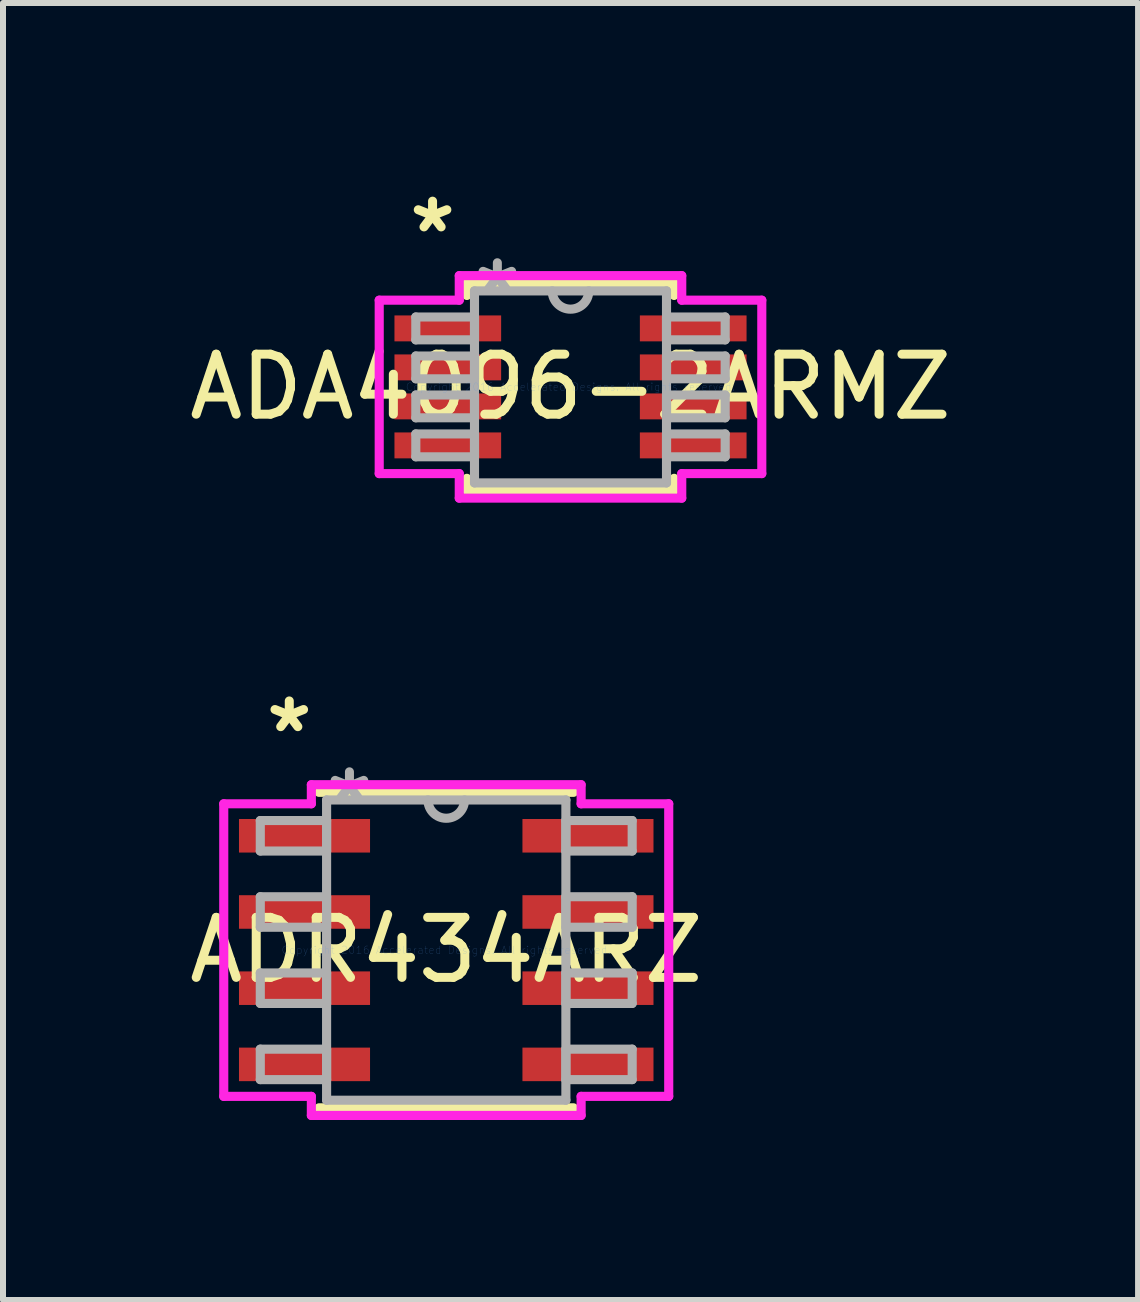
<source format=kicad_pcb>
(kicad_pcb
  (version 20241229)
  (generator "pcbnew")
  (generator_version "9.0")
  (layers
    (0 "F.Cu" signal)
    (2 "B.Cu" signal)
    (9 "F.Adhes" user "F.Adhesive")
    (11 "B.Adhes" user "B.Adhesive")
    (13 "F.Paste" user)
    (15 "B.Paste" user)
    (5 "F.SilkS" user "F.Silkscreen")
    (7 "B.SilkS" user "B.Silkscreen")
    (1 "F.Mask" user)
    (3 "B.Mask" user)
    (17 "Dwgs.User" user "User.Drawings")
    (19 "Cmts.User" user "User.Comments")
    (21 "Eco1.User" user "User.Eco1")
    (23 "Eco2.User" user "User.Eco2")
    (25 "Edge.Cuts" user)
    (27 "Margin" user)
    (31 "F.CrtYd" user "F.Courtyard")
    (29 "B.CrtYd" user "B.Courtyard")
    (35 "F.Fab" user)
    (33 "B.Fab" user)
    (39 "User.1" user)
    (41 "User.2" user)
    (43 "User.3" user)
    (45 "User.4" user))
  (footprint "ADA4096-2ARMZ"
    (layer "F.Cu")
    (at 6.458 3.398)
    (property "Reference" "ADA4096-2ARMZ" (at 0 0 0) (layer "F.SilkS") (effects (font (size 1 1) (thickness 0.15))))
    (attr through_hole)
    (fp_line (start -1.727 -1.727) (end -1.727 -1.524) (stroke (width 0.152) (type solid)) (layer "F.SilkS"))
    (fp_line (start -1.727 1.524) (end -1.727 1.727) (stroke (width 0.152) (type solid)) (layer "F.SilkS"))
    (fp_line (start -1.727 1.727) (end 1.727 1.727) (stroke (width 0.152) (type solid)) (layer "F.SilkS"))
    (fp_line (start 1.727 -1.727) (end -1.727 -1.727) (stroke (width 0.152) (type solid)) (layer "F.SilkS"))
    (fp_line (start 1.727 -1.524) (end 1.727 -1.727) (stroke (width 0.152) (type solid)) (layer "F.SilkS"))
    (fp_line (start 1.727 1.727) (end 1.727 1.524) (stroke (width 0.152) (type solid)) (layer "F.SilkS"))
    (fp_line (start -3.188 -1.445) (end -1.854 -1.445) (stroke (width 0.152) (type solid)) (layer "F.CrtYd"))
    (fp_line (start -3.188 1.445) (end -3.188 -1.445) (stroke (width 0.152) (type solid)) (layer "F.CrtYd"))
    (fp_line (start -1.854 -1.854) (end 1.854 -1.854) (stroke (width 0.152) (type solid)) (layer "F.CrtYd"))
    (fp_line (start -1.854 -1.445) (end -1.854 -1.854) (stroke (width 0.152) (type solid)) (layer "F.CrtYd"))
    (fp_line (start -1.854 1.445) (end -3.188 1.445) (stroke (width 0.152) (type solid)) (layer "F.CrtYd"))
    (fp_line (start -1.854 1.854) (end -1.854 1.445) (stroke (width 0.152) (type solid)) (layer "F.CrtYd"))
    (fp_line (start 1.854 -1.854) (end 1.854 -1.445) (stroke (width 0.152) (type solid)) (layer "F.CrtYd"))
    (fp_line (start 1.854 -1.445) (end 3.188 -1.445) (stroke (width 0.152) (type solid)) (layer "F.CrtYd"))
    (fp_line (start 1.854 1.445) (end 1.854 1.854) (stroke (width 0.152) (type solid)) (layer "F.CrtYd"))
    (fp_line (start 1.854 1.854) (end -1.854 1.854) (stroke (width 0.152) (type solid)) (layer "F.CrtYd"))
    (fp_line (start 3.188 -1.445) (end 3.188 1.445) (stroke (width 0.152) (type solid)) (layer "F.CrtYd"))
    (fp_line (start 3.188 1.445) (end 1.854 1.445) (stroke (width 0.152) (type solid)) (layer "F.CrtYd"))
    (fp_line (start -2.578 -1.165) (end -2.578 -0.784) (stroke (width 0.152) (type solid)) (layer "F.Fab"))
    (fp_line (start -2.578 -0.784) (end -1.6 -0.784) (stroke (width 0.152) (type solid)) (layer "F.Fab"))
    (fp_line (start -2.578 -0.515) (end -2.578 -0.135) (stroke (width 0.152) (type solid)) (layer "F.Fab"))
    (fp_line (start -2.578 -0.135) (end -1.6 -0.135) (stroke (width 0.152) (type solid)) (layer "F.Fab"))
    (fp_line (start -2.578 0.135) (end -2.578 0.515) (stroke (width 0.152) (type solid)) (layer "F.Fab"))
    (fp_line (start -2.578 0.515) (end -1.6 0.515) (stroke (width 0.152) (type solid)) (layer "F.Fab"))
    (fp_line (start -2.578 0.784) (end -2.578 1.165) (stroke (width 0.152) (type solid)) (layer "F.Fab"))
    (fp_line (start -2.578 1.165) (end -1.6 1.165) (stroke (width 0.152) (type solid)) (layer "F.Fab"))
    (fp_line (start -1.6 -1.6) (end -1.6 1.6) (stroke (width 0.152) (type solid)) (layer "F.Fab"))
    (fp_line (start -1.6 -1.165) (end -2.578 -1.165) (stroke (width 0.152) (type solid)) (layer "F.Fab"))
    (fp_line (start -1.6 -0.784) (end -1.6 -1.165) (stroke (width 0.152) (type solid)) (layer "F.Fab"))
    (fp_line (start -1.6 -0.515) (end -2.578 -0.515) (stroke (width 0.152) (type solid)) (layer "F.Fab"))
    (fp_line (start -1.6 -0.135) (end -1.6 -0.515) (stroke (width 0.152) (type solid)) (layer "F.Fab"))
    (fp_line (start -1.6 0.135) (end -2.578 0.135) (stroke (width 0.152) (type solid)) (layer "F.Fab"))
    (fp_line (start -1.6 0.515) (end -1.6 0.135) (stroke (width 0.152) (type solid)) (layer "F.Fab"))
    (fp_line (start -1.6 0.784) (end -2.578 0.784) (stroke (width 0.152) (type solid)) (layer "F.Fab"))
    (fp_line (start -1.6 1.165) (end -1.6 0.784) (stroke (width 0.152) (type solid)) (layer "F.Fab"))
    (fp_line (start -1.6 1.6) (end 1.6 1.6) (stroke (width 0.152) (type solid)) (layer "F.Fab"))
    (fp_line (start 1.6 -1.6) (end -1.6 -1.6) (stroke (width 0.152) (type solid)) (layer "F.Fab"))
    (fp_line (start 1.6 -1.165) (end 1.6 -0.784) (stroke (width 0.152) (type solid)) (layer "F.Fab"))
    (fp_line (start 1.6 -0.784) (end 2.578 -0.784) (stroke (width 0.152) (type solid)) (layer "F.Fab"))
    (fp_line (start 1.6 -0.515) (end 1.6 -0.135) (stroke (width 0.152) (type solid)) (layer "F.Fab"))
    (fp_line (start 1.6 -0.135) (end 2.578 -0.135) (stroke (width 0.152) (type solid)) (layer "F.Fab"))
    (fp_line (start 1.6 0.135) (end 1.6 0.515) (stroke (width 0.152) (type solid)) (layer "F.Fab"))
    (fp_line (start 1.6 0.515) (end 2.578 0.515) (stroke (width 0.152) (type solid)) (layer "F.Fab"))
    (fp_line (start 1.6 0.784) (end 1.6 1.165) (stroke (width 0.152) (type solid)) (layer "F.Fab"))
    (fp_line (start 1.6 1.165) (end 2.578 1.165) (stroke (width 0.152) (type solid)) (layer "F.Fab"))
    (fp_line (start 1.6 1.6) (end 1.6 -1.6) (stroke (width 0.152) (type solid)) (layer "F.Fab"))
    (fp_line (start 2.578 -1.165) (end 1.6 -1.165) (stroke (width 0.152) (type solid)) (layer "F.Fab"))
    (fp_line (start 2.578 -0.784) (end 2.578 -1.165) (stroke (width 0.152) (type solid)) (layer "F.Fab"))
    (fp_line (start 2.578 -0.515) (end 1.6 -0.515) (stroke (width 0.152) (type solid)) (layer "F.Fab"))
    (fp_line (start 2.578 -0.135) (end 2.578 -0.515) (stroke (width 0.152) (type solid)) (layer "F.Fab"))
    (fp_line (start 2.578 0.135) (end 1.6 0.135) (stroke (width 0.152) (type solid)) (layer "F.Fab"))
    (fp_line (start 2.578 0.515) (end 2.578 0.135) (stroke (width 0.152) (type solid)) (layer "F.Fab"))
    (fp_line (start 2.578 0.784) (end 1.6 0.784) (stroke (width 0.152) (type solid)) (layer "F.Fab"))
    (fp_line (start 2.578 1.165) (end 2.578 0.784) (stroke (width 0.152) (type solid)) (layer "F.Fab"))
    (fp_arc (start 0.3048 -1.6002) (mid 0 -1.2954) (end -0.3048 -1.6002) (stroke (width 0.1524) (type solid)) (layer "F.Fab"))
    (fp_text user "*" (at -2.299 -2.55 0) (layer "F.SilkS") (effects (font (size 1 1) (thickness 0.15))))
    (fp_text user "Copyright 2016 Accelerated Designs. All rights reserved." (at 0 0 0) (layer "Cmts.User") (effects (font (size 0.127 0.127) (thickness 0.002))))
    (fp_text user "*" (at -1.219 -1.524 0) (layer "F.Fab") (effects (font (size 1 1) (thickness 0.15))))
    (pad "1" smd rect (at -2.045 -0.975) (size 1.778 0.432) (layers "F.Cu" "F.Mask" "F.Paste"))
    (pad "2" smd rect (at -2.045 -0.325) (size 1.778 0.432) (layers "F.Cu" "F.Mask" "F.Paste"))
    (pad "3" smd rect (at -2.045 0.325) (size 1.778 0.432) (layers "F.Cu" "F.Mask" "F.Paste"))
    (pad "4" smd rect (at -2.045 0.975) (size 1.778 0.432) (layers "F.Cu" "F.Mask" "F.Paste"))
    (pad "5" smd rect (at 2.045 0.975) (size 1.778 0.432) (layers "F.Cu" "F.Mask" "F.Paste"))
    (pad "6" smd rect (at 2.045 0.325) (size 1.778 0.432) (layers "F.Cu" "F.Mask" "F.Paste"))
    (pad "7" smd rect (at 2.045 -0.325) (size 1.778 0.432) (layers "F.Cu" "F.Mask" "F.Paste"))
    (pad "8" smd rect (at 2.045 -0.975) (size 1.778 0.432) (layers "F.Cu" "F.Mask" "F.Paste")))
  (footprint "ADR434ARZ"
    (layer "F.Cu")
    (at 4.387 12.784)
    (property "Reference" "ADR434ARZ" (at 0 0 0) (layer "F.SilkS") (effects (font (size 1 1) (thickness 0.15))))
    (attr through_hole)
    (fp_line (start -2.121 2.629) (end 2.121 2.629) (stroke (width 0.152) (type solid)) (layer "F.SilkS"))
    (fp_line (start 2.121 -2.629) (end -2.121 -2.629) (stroke (width 0.152) (type solid)) (layer "F.SilkS"))
    (fp_line (start -3.708 -2.438) (end -2.248 -2.438) (stroke (width 0.152) (type solid)) (layer "F.CrtYd"))
    (fp_line (start -3.708 2.438) (end -3.708 -2.438) (stroke (width 0.152) (type solid)) (layer "F.CrtYd"))
    (fp_line (start -2.248 -2.756) (end 2.248 -2.756) (stroke (width 0.152) (type solid)) (layer "F.CrtYd"))
    (fp_line (start -2.248 -2.438) (end -2.248 -2.756) (stroke (width 0.152) (type solid)) (layer "F.CrtYd"))
    (fp_line (start -2.248 2.438) (end -3.708 2.438) (stroke (width 0.152) (type solid)) (layer "F.CrtYd"))
    (fp_line (start -2.248 2.756) (end -2.248 2.438) (stroke (width 0.152) (type solid)) (layer "F.CrtYd"))
    (fp_line (start 2.248 -2.756) (end 2.248 -2.438) (stroke (width 0.152) (type solid)) (layer "F.CrtYd"))
    (fp_line (start 2.248 -2.438) (end 3.708 -2.438) (stroke (width 0.152) (type solid)) (layer "F.CrtYd"))
    (fp_line (start 2.248 2.438) (end 2.248 2.756) (stroke (width 0.152) (type solid)) (layer "F.CrtYd"))
    (fp_line (start 2.248 2.756) (end -2.248 2.756) (stroke (width 0.152) (type solid)) (layer "F.CrtYd"))
    (fp_line (start 3.708 -2.438) (end 3.708 2.438) (stroke (width 0.152) (type solid)) (layer "F.CrtYd"))
    (fp_line (start 3.708 2.438) (end 2.248 2.438) (stroke (width 0.152) (type solid)) (layer "F.CrtYd"))
    (fp_line (start -3.099 -2.159) (end -3.099 -1.651) (stroke (width 0.152) (type solid)) (layer "F.Fab"))
    (fp_line (start -3.099 -1.651) (end -1.994 -1.651) (stroke (width 0.152) (type solid)) (layer "F.Fab"))
    (fp_line (start -3.099 -0.889) (end -3.099 -0.381) (stroke (width 0.152) (type solid)) (layer "F.Fab"))
    (fp_line (start -3.099 -0.381) (end -1.994 -0.381) (stroke (width 0.152) (type solid)) (layer "F.Fab"))
    (fp_line (start -3.099 0.381) (end -3.099 0.889) (stroke (width 0.152) (type solid)) (layer "F.Fab"))
    (fp_line (start -3.099 0.889) (end -1.994 0.889) (stroke (width 0.152) (type solid)) (layer "F.Fab"))
    (fp_line (start -3.099 1.651) (end -3.099 2.159) (stroke (width 0.152) (type solid)) (layer "F.Fab"))
    (fp_line (start -3.099 2.159) (end -1.994 2.159) (stroke (width 0.152) (type solid)) (layer "F.Fab"))
    (fp_line (start -1.994 -2.502) (end -1.994 2.502) (stroke (width 0.152) (type solid)) (layer "F.Fab"))
    (fp_line (start -1.994 -2.159) (end -3.099 -2.159) (stroke (width 0.152) (type solid)) (layer "F.Fab"))
    (fp_line (start -1.994 -1.651) (end -1.994 -2.159) (stroke (width 0.152) (type solid)) (layer "F.Fab"))
    (fp_line (start -1.994 -0.889) (end -3.099 -0.889) (stroke (width 0.152) (type solid)) (layer "F.Fab"))
    (fp_line (start -1.994 -0.381) (end -1.994 -0.889) (stroke (width 0.152) (type solid)) (layer "F.Fab"))
    (fp_line (start -1.994 0.381) (end -3.099 0.381) (stroke (width 0.152) (type solid)) (layer "F.Fab"))
    (fp_line (start -1.994 0.889) (end -1.994 0.381) (stroke (width 0.152) (type solid)) (layer "F.Fab"))
    (fp_line (start -1.994 1.651) (end -3.099 1.651) (stroke (width 0.152) (type solid)) (layer "F.Fab"))
    (fp_line (start -1.994 2.159) (end -1.994 1.651) (stroke (width 0.152) (type solid)) (layer "F.Fab"))
    (fp_line (start -1.994 2.502) (end 1.994 2.502) (stroke (width 0.152) (type solid)) (layer "F.Fab"))
    (fp_line (start 1.994 -2.502) (end -1.994 -2.502) (stroke (width 0.152) (type solid)) (layer "F.Fab"))
    (fp_line (start 1.994 -2.159) (end 1.994 -1.651) (stroke (width 0.152) (type solid)) (layer "F.Fab"))
    (fp_line (start 1.994 -1.651) (end 3.099 -1.651) (stroke (width 0.152) (type solid)) (layer "F.Fab"))
    (fp_line (start 1.994 -0.889) (end 1.994 -0.381) (stroke (width 0.152) (type solid)) (layer "F.Fab"))
    (fp_line (start 1.994 -0.381) (end 3.099 -0.381) (stroke (width 0.152) (type solid)) (layer "F.Fab"))
    (fp_line (start 1.994 0.381) (end 1.994 0.889) (stroke (width 0.152) (type solid)) (layer "F.Fab"))
    (fp_line (start 1.994 0.889) (end 3.099 0.889) (stroke (width 0.152) (type solid)) (layer "F.Fab"))
    (fp_line (start 1.994 1.651) (end 1.994 2.159) (stroke (width 0.152) (type solid)) (layer "F.Fab"))
    (fp_line (start 1.994 2.159) (end 3.099 2.159) (stroke (width 0.152) (type solid)) (layer "F.Fab"))
    (fp_line (start 1.994 2.502) (end 1.994 -2.502) (stroke (width 0.152) (type solid)) (layer "F.Fab"))
    (fp_line (start 3.099 -2.159) (end 1.994 -2.159) (stroke (width 0.152) (type solid)) (layer "F.Fab"))
    (fp_line (start 3.099 -1.651) (end 3.099 -2.159) (stroke (width 0.152) (type solid)) (layer "F.Fab"))
    (fp_line (start 3.099 -0.889) (end 1.994 -0.889) (stroke (width 0.152) (type solid)) (layer "F.Fab"))
    (fp_line (start 3.099 -0.381) (end 3.099 -0.889) (stroke (width 0.152) (type solid)) (layer "F.Fab"))
    (fp_line (start 3.099 0.381) (end 1.994 0.381) (stroke (width 0.152) (type solid)) (layer "F.Fab"))
    (fp_line (start 3.099 0.889) (end 3.099 0.381) (stroke (width 0.152) (type solid)) (layer "F.Fab"))
    (fp_line (start 3.099 1.651) (end 1.994 1.651) (stroke (width 0.152) (type solid)) (layer "F.Fab"))
    (fp_line (start 3.099 2.159) (end 3.099 1.651) (stroke (width 0.152) (type solid)) (layer "F.Fab"))
    (fp_arc (start 0.3048 -2.5019) (mid 0 -2.1971) (end -0.3048 -2.5019) (stroke (width 0.1524) (type solid)) (layer "F.Fab"))
    (fp_text user "*" (at -2.616 -3.607 0) (layer "F.SilkS") (effects (font (size 1 1) (thickness 0.15))))
    (fp_text user "Copyright 2016 Accelerated Designs. All rights reserved." (at 0 0 0) (layer "Cmts.User") (effects (font (size 0.127 0.127) (thickness 0.002))))
    (fp_text user "*" (at -1.613 -2.426 0) (layer "F.Fab") (effects (font (size 1 1) (thickness 0.15))))
    (pad "1" smd rect (at -2.362 -1.905) (size 2.184 0.559) (layers "F.Cu" "F.Mask" "F.Paste"))
    (pad "2" smd rect (at -2.362 -0.635) (size 2.184 0.559) (layers "F.Cu" "F.Mask" "F.Paste"))
    (pad "3" smd rect (at -2.362 0.635) (size 2.184 0.559) (layers "F.Cu" "F.Mask" "F.Paste"))
    (pad "4" smd rect (at -2.362 1.905) (size 2.184 0.559) (layers "F.Cu" "F.Mask" "F.Paste"))
    (pad "5" smd rect (at 2.362 1.905) (size 2.184 0.559) (layers "F.Cu" "F.Mask" "F.Paste"))
    (pad "6" smd rect (at 2.362 0.635) (size 2.184 0.559) (layers "F.Cu" "F.Mask" "F.Paste"))
    (pad "7" smd rect (at 2.362 -0.635) (size 2.184 0.559) (layers "F.Cu" "F.Mask" "F.Paste"))
    (pad "8" smd rect (at 2.362 -1.905) (size 2.184 0.559) (layers "F.Cu" "F.Mask" "F.Paste")))
  (gr_rect
    (start -3 -3)
    (end 15.917 18.616)
    (stroke (width 0.1) (type default))
    (fill no)
    (layer "Edge.Cuts")))
</source>
